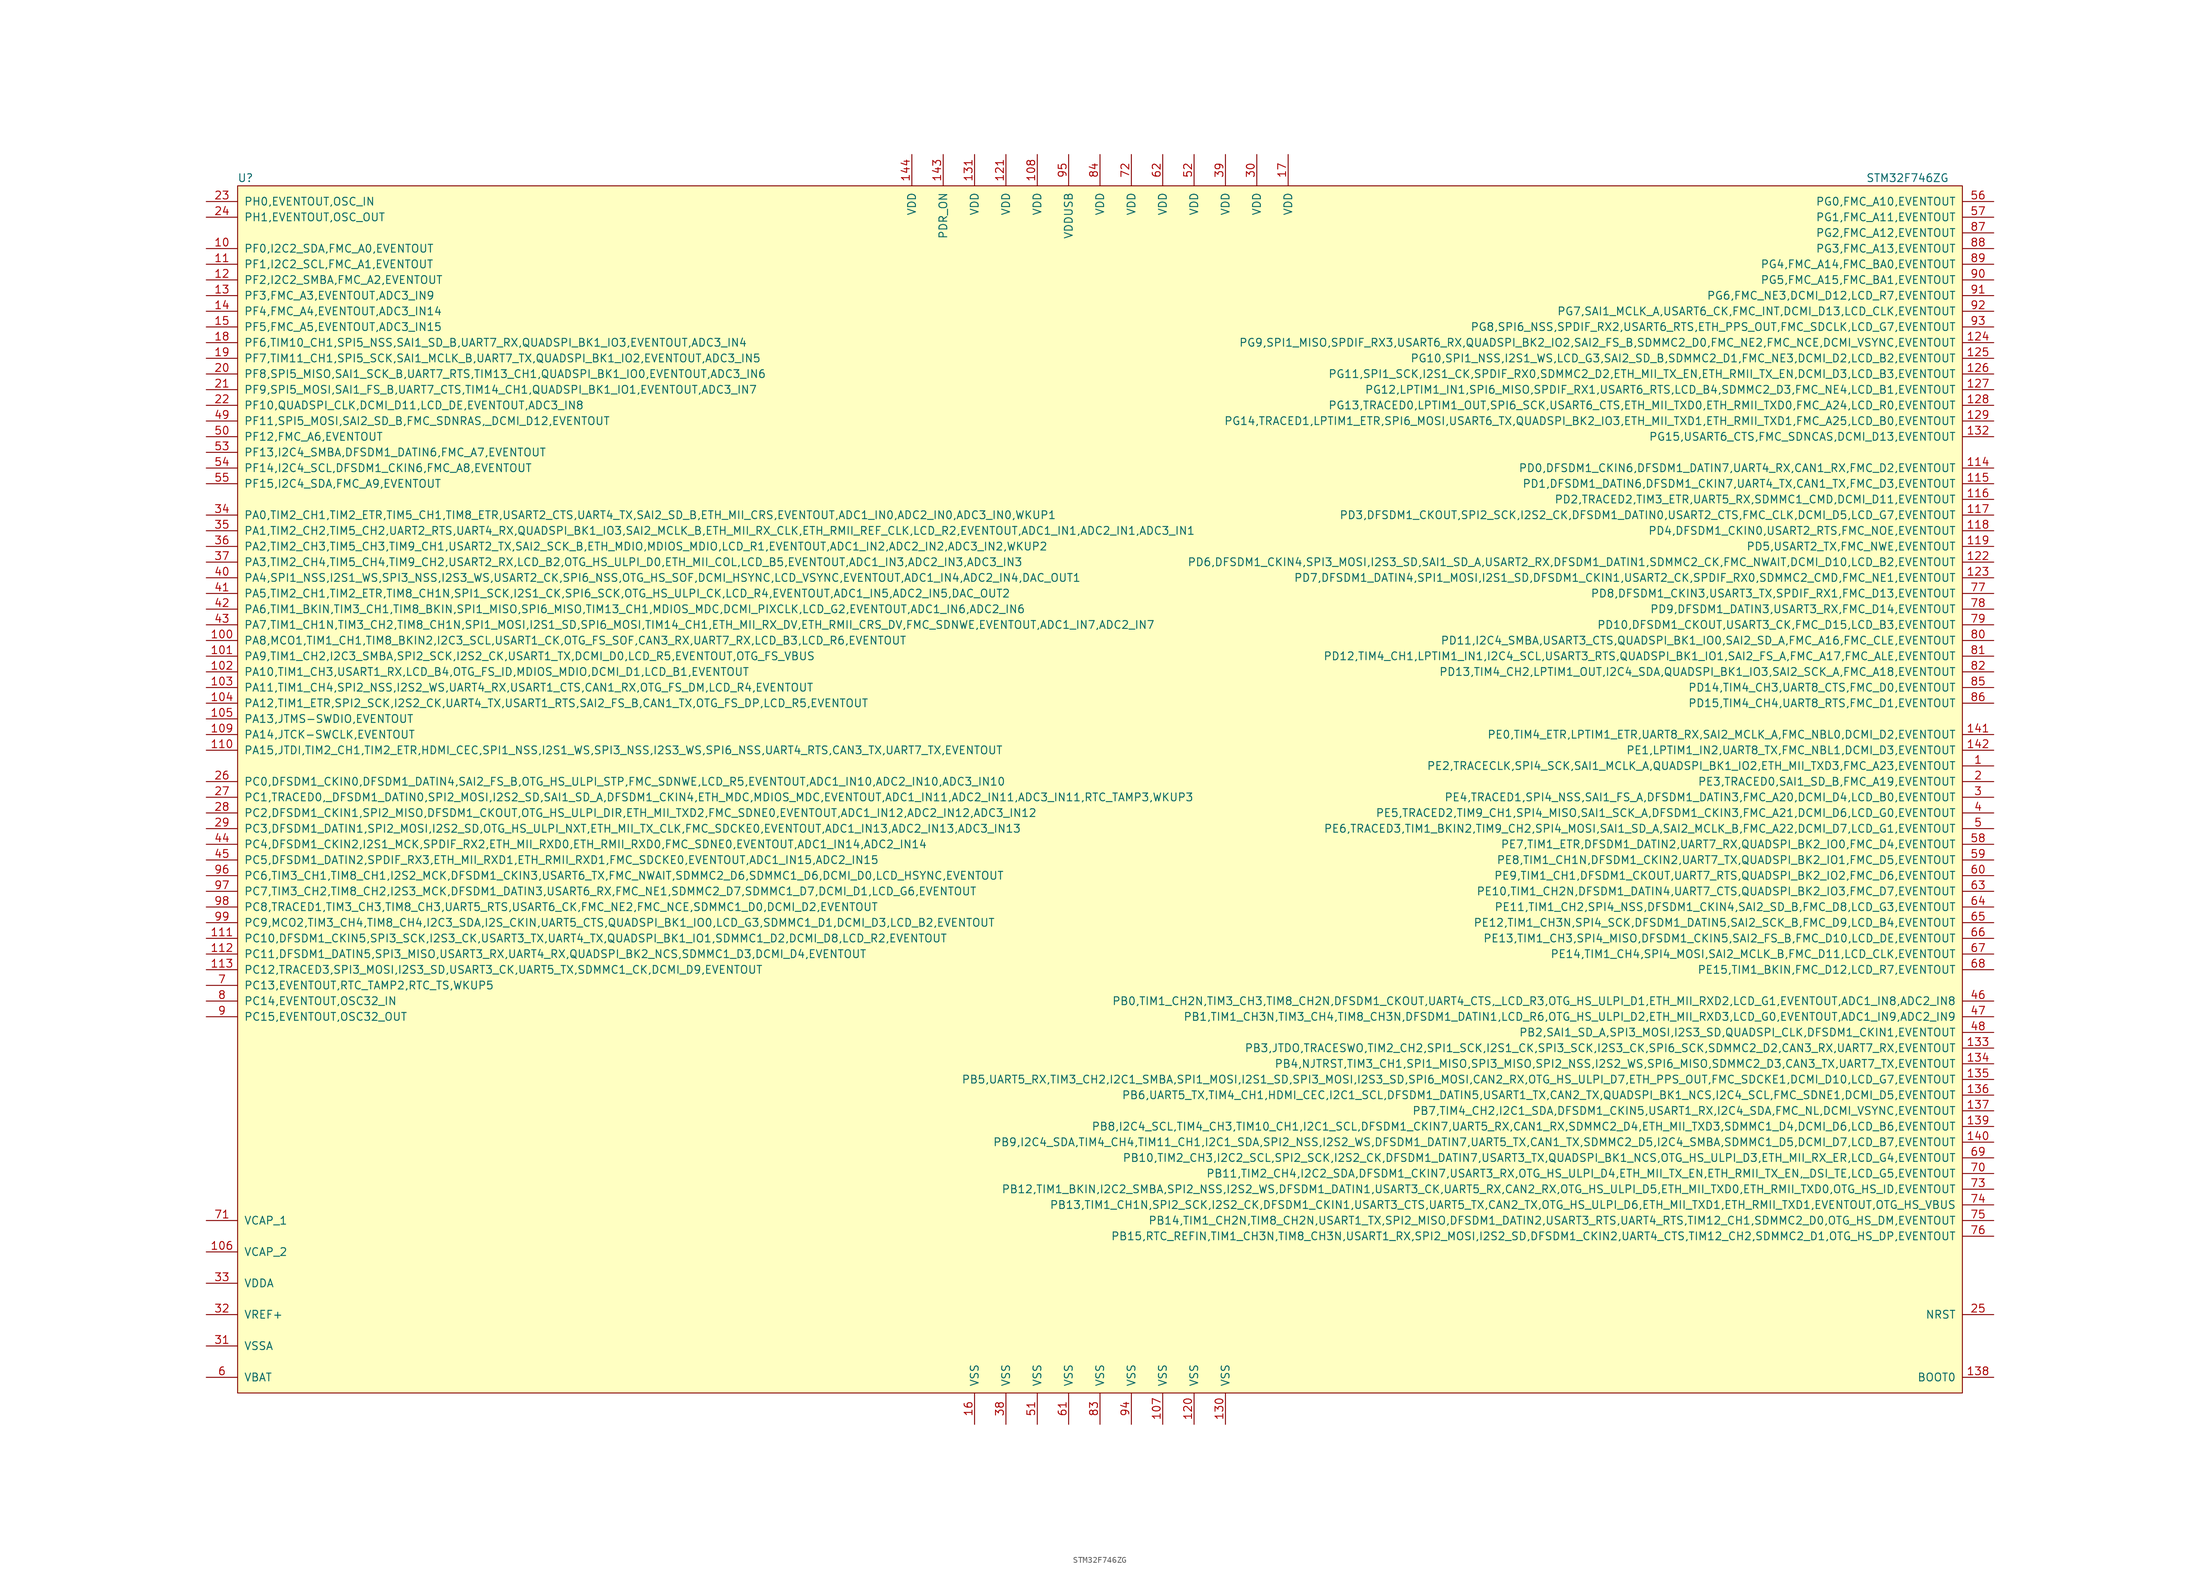
<source format=kicad_sym>
(kicad_symbol_lib
  (version 20220914)
  (generator kicad_symbol_editor)
  (symbol "STM32F746ZG"
    (pin_names
      (offset 1.016))
    (property "Reference" "U"
      (at -138.43 99.06 0)
      (effects (font (size 1.27 1.27))))
    (property "Value" "STM32F746ZG"
      (at 130.81 99.06 0)
      (effects (font (size 1.27 1.27))))
    (symbol "STM32F746ZG_0_0"
      (pin bidirectional line (at 144.78 3.81 180) (length 5.08) (name "PE2,TRACECLK,SPI4_SCK,SAI1_MCLK_A,QUADSPI_BK1_IO2,ETH_MII_TXD3,FMC_A23,EVENTOUT" (effects (font (size 1.27 1.27)))) (number "1" (effects (font (size 1.27 1.27)))))
      (pin bidirectional line (at -144.78 87.63 0) (length 5.08) (name "PF0,I2C2_SDA,FMC_A0,EVENTOUT" (effects (font (size 1.27 1.27)))) (number "10" (effects (font (size 1.27 1.27)))))
      (pin bidirectional line (at -144.78 24.13 0) (length 5.08) (name "PA8,MCO1,TIM1_CH1,TIM8_BKIN2,I2C3_SCL,USART1_CK,OTG_FS_SOF,CAN3_RX,UART7_RX,LCD_B3,LCD_R6,EVENTOUT" (effects (font (size 1.27 1.27)))) (number "100" (effects (font (size 1.27 1.27)))))
      (pin bidirectional line (at -144.78 21.59 0) (length 5.08) (name "PA9,TIM1_CH2,I2C3_SMBA,SPI2_SCK,I2S2_CK,USART1_TX,DCMI_D0,LCD_R5,EVENTOUT,OTG_FS_VBUS" (effects (font (size 1.27 1.27)))) (number "101" (effects (font (size 1.27 1.27)))))
      (pin bidirectional line (at -144.78 19.05 0) (length 5.08) (name "PA10,TIM1_CH3,USART1_RX,LCD_B4,OTG_FS_ID,MDIOS_MDIO,DCMI_D1,LCD_B1,EVENTOUT" (effects (font (size 1.27 1.27)))) (number "102" (effects (font (size 1.27 1.27)))))
      (pin bidirectional line (at -144.78 16.51 0) (length 5.08) (name "PA11,TIM1_CH4,SPI2_NSS,I2S2_WS,UART4_RX,USART1_CTS,CAN1_RX,OTG_FS_DM,LCD_R4,EVENTOUT" (effects (font (size 1.27 1.27)))) (number "103" (effects (font (size 1.27 1.27)))))
      (pin bidirectional line (at -144.78 13.97 0) (length 5.08) (name "PA12,TIM1_ETR,SPI2_SCK,I2S2_CK,UART4_TX,USART1_RTS,SAI2_FS_B,CAN1_TX,OTG_FS_DP,LCD_R5,EVENTOUT" (effects (font (size 1.27 1.27)))) (number "104" (effects (font (size 1.27 1.27)))))
      (pin bidirectional line (at -144.78 11.43 0) (length 5.08) (name "PA13,JTMS-SWDIO,EVENTOUT" (effects (font (size 1.27 1.27)))) (number "105" (effects (font (size 1.27 1.27)))))
      (pin passive line (at -144.78 -74.93 0) (length 5.08) (name "VCAP_2" (effects (font (size 1.27 1.27)))) (number "106" (effects (font (size 1.27 1.27)))))
      (pin passive line (at 10.16 -102.87 90) (length 5.08) (name "VSS" (effects (font (size 1.27 1.27)))) (number "107" (effects (font (size 1.27 1.27)))))
      (pin power_in line (at -10.16 102.87 270) (length 5.08) (name "VDD" (effects (font (size 1.27 1.27)))) (number "108" (effects (font (size 1.27 1.27)))))
      (pin bidirectional line (at -144.78 8.89 0) (length 5.08) (name "PA14,JTCK-SWCLK,EVENTOUT" (effects (font (size 1.27 1.27)))) (number "109" (effects (font (size 1.27 1.27)))))
      (pin bidirectional line (at -144.78 85.09 0) (length 5.08) (name "PF1,I2C2_SCL,FMC_A1,EVENTOUT" (effects (font (size 1.27 1.27)))) (number "11" (effects (font (size 1.27 1.27)))))
      (pin bidirectional line (at -144.78 6.35 0) (length 5.08) (name "PA15,JTDI,TIM2_CH1,TIM2_ETR,HDMI_CEC,SPI1_NSS,I2S1_WS,SPI3_NSS,I2S3_WS,SPI6_NSS,UART4_RTS,CAN3_TX,UART7_TX,EVENTOUT" (effects (font (size 1.27 1.27)))) (number "110" (effects (font (size 1.27 1.27)))))
      (pin bidirectional line (at -144.78 -24.13 0) (length 5.08) (name "PC10,DFSDM1_CKIN5,SPI3_SCK,I2S3_CK,USART3_TX,UART4_TX,QUADSPI_BK1_IO1,SDMMC1_D2,DCMI_D8,LCD_R2,EVENTOUT" (effects (font (size 1.27 1.27)))) (number "111" (effects (font (size 1.27 1.27)))))
      (pin bidirectional line (at -144.78 -26.67 0) (length 5.08) (name "PC11,DFSDM1_DATIN5,SPI3_MISO,USART3_RX,UART4_RX,QUADSPI_BK2_NCS,SDMMC1_D3,DCMI_D4,EVENTOUT" (effects (font (size 1.27 1.27)))) (number "112" (effects (font (size 1.27 1.27)))))
      (pin bidirectional line (at -144.78 -29.21 0) (length 5.08) (name "PC12,TRACED3,SPI3_MOSI,I2S3_SD,USART3_CK,UART5_TX,SDMMC1_CK,DCMI_D9,EVENTOUT" (effects (font (size 1.27 1.27)))) (number "113" (effects (font (size 1.27 1.27)))))
      (pin bidirectional line (at 144.78 52.07 180) (length 5.08) (name "PD0,DFSDM1_CKIN6,DFSDM1_DATIN7,UART4_RX,CAN1_RX,FMC_D2,EVENTOUT" (effects (font (size 1.27 1.27)))) (number "114" (effects (font (size 1.27 1.27)))))
      (pin bidirectional line (at 144.78 49.53 180) (length 5.08) (name "PD1,DFSDM1_DATIN6,DFSDM1_CKIN7,UART4_TX,CAN1_TX,FMC_D3,EVENTOUT" (effects (font (size 1.27 1.27)))) (number "115" (effects (font (size 1.27 1.27)))))
      (pin bidirectional line (at 144.78 46.99 180) (length 5.08) (name "PD2,TRACED2,TIM3_ETR,UART5_RX,SDMMC1_CMD,DCMI_D11,EVENTOUT" (effects (font (size 1.27 1.27)))) (number "116" (effects (font (size 1.27 1.27)))))
      (pin bidirectional line (at 144.78 44.45 180) (length 5.08) (name "PD3,DFSDM1_CKOUT,SPI2_SCK,I2S2_CK,DFSDM1_DATIN0,USART2_CTS,FMC_CLK,DCMI_D5,LCD_G7,EVENTOUT" (effects (font (size 1.27 1.27)))) (number "117" (effects (font (size 1.27 1.27)))))
      (pin bidirectional line (at 144.78 41.91 180) (length 5.08) (name "PD4,DFSDM1_CKIN0,USART2_RTS,FMC_NOE,EVENTOUT" (effects (font (size 1.27 1.27)))) (number "118" (effects (font (size 1.27 1.27)))))
      (pin bidirectional line (at 144.78 39.37 180) (length 5.08) (name "PD5,USART2_TX,FMC_NWE,EVENTOUT" (effects (font (size 1.27 1.27)))) (number "119" (effects (font (size 1.27 1.27)))))
      (pin bidirectional line (at -144.78 82.55 0) (length 5.08) (name "PF2,I2C2_SMBA,FMC_A2,EVENTOUT" (effects (font (size 1.27 1.27)))) (number "12" (effects (font (size 1.27 1.27)))))
      (pin passive line (at 15.24 -102.87 90) (length 5.08) (name "VSS" (effects (font (size 1.27 1.27)))) (number "120" (effects (font (size 1.27 1.27)))))
      (pin power_in line (at -15.24 102.87 270) (length 5.08) (name "VDD" (effects (font (size 1.27 1.27)))) (number "121" (effects (font (size 1.27 1.27)))))
      (pin bidirectional line (at 144.78 36.83 180) (length 5.08) (name "PD6,DFSDM1_CKIN4,SPI3_MOSI,I2S3_SD,SAI1_SD_A,USART2_RX,DFSDM1_DATIN1,SDMMC2_CK,FMC_NWAIT,DCMI_D10,LCD_B2,EVENTOUT" (effects (font (size 1.27 1.27)))) (number "122" (effects (font (size 1.27 1.27)))))
      (pin bidirectional line (at 144.78 34.29 180) (length 5.08) (name "PD7,DFSDM1_DATIN4,SPI1_MOSI,I2S1_SD,DFSDM1_CKIN1,USART2_CK,SPDIF_RX0,SDMMC2_CMD,FMC_NE1,EVENTOUT" (effects (font (size 1.27 1.27)))) (number "123" (effects (font (size 1.27 1.27)))))
      (pin bidirectional line (at 144.78 72.39 180) (length 5.08) (name "PG9,SPI1_MISO,SPDIF_RX3,USART6_RX,QUADSPI_BK2_IO2,SAI2_FS_B,SDMMC2_D0,FMC_NE2,FMC_NCE,DCMI_VSYNC,EVENTOUT" (effects (font (size 1.27 1.27)))) (number "124" (effects (font (size 1.27 1.27)))))
      (pin bidirectional line (at 144.78 69.85 180) (length 5.08) (name "PG10,SPI1_NSS,I2S1_WS,LCD_G3,SAI2_SD_B,SDMMC2_D1,FMC_NE3,DCMI_D2,LCD_B2,EVENTOUT" (effects (font (size 1.27 1.27)))) (number "125" (effects (font (size 1.27 1.27)))))
      (pin bidirectional line (at 144.78 67.31 180) (length 5.08) (name "PG11,SPI1_SCK,I2S1_CK,SPDIF_RX0,SDMMC2_D2,ETH_MII_TX_EN,ETH_RMII_TX_EN,DCMI_D3,LCD_B3,EVENTOUT" (effects (font (size 1.27 1.27)))) (number "126" (effects (font (size 1.27 1.27)))))
      (pin bidirectional line (at 144.78 64.77 180) (length 5.08) (name "PG12,LPTIM1_IN1,SPI6_MISO,SPDIF_RX1,USART6_RTS,LCD_B4,SDMMC2_D3,FMC_NE4,LCD_B1,EVENTOUT" (effects (font (size 1.27 1.27)))) (number "127" (effects (font (size 1.27 1.27)))))
      (pin bidirectional line (at 144.78 62.23 180) (length 5.08) (name "PG13,TRACED0,LPTIM1_OUT,SPI6_SCK,USART6_CTS,ETH_MII_TXD0,ETH_RMII_TXD0,FMC_A24,LCD_R0,EVENTOUT" (effects (font (size 1.27 1.27)))) (number "128" (effects (font (size 1.27 1.27)))))
      (pin bidirectional line (at 144.78 59.69 180) (length 5.08) (name "PG14,TRACED1,LPTIM1_ETR,SPI6_MOSI,USART6_TX,QUADSPI_BK2_IO3,ETH_MII_TXD1,ETH_RMII_TXD1,FMC_A25,LCD_B0,EVENTOUT" (effects (font (size 1.27 1.27)))) (number "129" (effects (font (size 1.27 1.27)))))
      (pin bidirectional line (at -144.78 80.01 0) (length 5.08) (name "PF3,FMC_A3,EVENTOUT,ADC3_IN9" (effects (font (size 1.27 1.27)))) (number "13" (effects (font (size 1.27 1.27)))))
      (pin passive line (at 20.32 -102.87 90) (length 5.08) (name "VSS" (effects (font (size 1.27 1.27)))) (number "130" (effects (font (size 1.27 1.27)))))
      (pin power_in line (at -20.32 102.87 270) (length 5.08) (name "VDD" (effects (font (size 1.27 1.27)))) (number "131" (effects (font (size 1.27 1.27)))))
      (pin bidirectional line (at 144.78 57.15 180) (length 5.08) (name "PG15,USART6_CTS,FMC_SDNCAS,DCMI_D13,EVENTOUT" (effects (font (size 1.27 1.27)))) (number "132" (effects (font (size 1.27 1.27)))))
      (pin bidirectional line (at 144.78 -41.91 180) (length 5.08) (name "PB3,JTDO,TRACESWO,TIM2_CH2,SPI1_SCK,I2S1_CK,SPI3_SCK,I2S3_CK,SPI6_SCK,SDMMC2_D2,CAN3_RX,UART7_RX,EVENTOUT" (effects (font (size 1.27 1.27)))) (number "133" (effects (font (size 1.27 1.27)))))
      (pin bidirectional line (at 144.78 -44.45 180) (length 5.08) (name "PB4,NJTRST,TIM3_CH1,SPI1_MISO,SPI3_MISO,SPI2_NSS,I2S2_WS,SPI6_MISO,SDMMC2_D3,CAN3_TX,UART7_TX,EVENTOUT" (effects (font (size 1.27 1.27)))) (number "134" (effects (font (size 1.27 1.27)))))
      (pin bidirectional line (at 144.78 -46.99 180) (length 5.08) (name "PB5,UART5_RX,TIM3_CH2,I2C1_SMBA,SPI1_MOSI,I2S1_SD,SPI3_MOSI,I2S3_SD,SPI6_MOSI,CAN2_RX,OTG_HS_ULPI_D7,ETH_PPS_OUT,FMC_SDCKE1,DCMI_D10,LCD_G7,EVENTOUT" (effects (font (size 1.27 1.27)))) (number "135" (effects (font (size 1.27 1.27)))))
      (pin bidirectional line (at 144.78 -49.53 180) (length 5.08) (name "PB6,UART5_TX,TIM4_CH1,HDMI_CEC,I2C1_SCL,DFSDM1_DATIN5,USART1_TX,CAN2_TX,QUADSPI_BK1_NCS,I2C4_SCL,FMC_SDNE1,DCMI_D5,EVENTOUT" (effects (font (size 1.27 1.27)))) (number "136" (effects (font (size 1.27 1.27)))))
      (pin bidirectional line (at 144.78 -52.07 180) (length 5.08) (name "PB7,TIM4_CH2,I2C1_SDA,DFSDM1_CKIN5,USART1_RX,I2C4_SDA,FMC_NL,DCMI_VSYNC,EVENTOUT" (effects (font (size 1.27 1.27)))) (number "137" (effects (font (size 1.27 1.27)))))
      (pin input line (at 144.78 -95.25 180) (length 5.08) (name "BOOT0" (effects (font (size 1.27 1.27)))) (number "138" (effects (font (size 1.27 1.27)))))
      (pin bidirectional line (at 144.78 -54.61 180) (length 5.08) (name "PB8,I2C4_SCL,TIM4_CH3,TIM10_CH1,I2C1_SCL,DFSDM1_CKIN7,UART5_RX,CAN1_RX,SDMMC2_D4,ETH_MII_TXD3,SDMMC1_D4,DCMI_D6,LCD_B6,EVENTOUT" (effects (font (size 1.27 1.27)))) (number "139" (effects (font (size 1.27 1.27)))))
      (pin bidirectional line (at -144.78 77.47 0) (length 5.08) (name "PF4,FMC_A4,EVENTOUT,ADC3_IN14" (effects (font (size 1.27 1.27)))) (number "14" (effects (font (size 1.27 1.27)))))
      (pin bidirectional line (at 144.78 -57.15 180) (length 5.08) (name "PB9,I2C4_SDA,TIM4_CH4,TIM11_CH1,I2C1_SDA,SPI2_NSS,I2S2_WS,DFSDM1_DATIN7,UART5_TX,CAN1_TX,SDMMC2_D5,I2C4_SMBA,SDMMC1_D5,DCMI_D7,LCD_B7,EVENTOUT" (effects (font (size 1.27 1.27)))) (number "140" (effects (font (size 1.27 1.27)))))
      (pin bidirectional line (at 144.78 8.89 180) (length 5.08) (name "PE0,TIM4_ETR,LPTIM1_ETR,UART8_RX,SAI2_MCLK_A,FMC_NBL0,DCMI_D2,EVENTOUT" (effects (font (size 1.27 1.27)))) (number "141" (effects (font (size 1.27 1.27)))))
      (pin bidirectional line (at 144.78 6.35 180) (length 5.08) (name "PE1,LPTIM1_IN2,UART8_TX,FMC_NBL1,DCMI_D3,EVENTOUT" (effects (font (size 1.27 1.27)))) (number "142" (effects (font (size 1.27 1.27)))))
      (pin passive line (at -25.4 102.87 270) (length 5.08) (name "PDR_ON" (effects (font (size 1.27 1.27)))) (number "143" (effects (font (size 1.27 1.27)))))
      (pin power_in line (at -30.48 102.87 270) (length 5.08) (name "VDD" (effects (font (size 1.27 1.27)))) (number "144" (effects (font (size 1.27 1.27)))))
      (pin bidirectional line (at -144.78 74.93 0) (length 5.08) (name "PF5,FMC_A5,EVENTOUT,ADC3_IN15" (effects (font (size 1.27 1.27)))) (number "15" (effects (font (size 1.27 1.27)))))
      (pin passive line (at -20.32 -102.87 90) (length 5.08) (name "VSS" (effects (font (size 1.27 1.27)))) (number "16" (effects (font (size 1.27 1.27)))))
      (pin power_in line (at 30.48 102.87 270) (length 5.08) (name "VDD" (effects (font (size 1.27 1.27)))) (number "17" (effects (font (size 1.27 1.27)))))
      (pin bidirectional line (at -144.78 72.39 0) (length 5.08) (name "PF6,TIM10_CH1,SPI5_NSS,SAI1_SD_B,UART7_RX,QUADSPI_BK1_IO3,EVENTOUT,ADC3_IN4" (effects (font (size 1.27 1.27)))) (number "18" (effects (font (size 1.27 1.27)))))
      (pin bidirectional line (at -144.78 69.85 0) (length 5.08) (name "PF7,TIM11_CH1,SPI5_SCK,SAI1_MCLK_B,UART7_TX,QUADSPI_BK1_IO2,EVENTOUT,ADC3_IN5" (effects (font (size 1.27 1.27)))) (number "19" (effects (font (size 1.27 1.27)))))
      (pin bidirectional line (at 144.78 1.27 180) (length 5.08) (name "PE3,TRACED0,SAI1_SD_B,FMC_A19,EVENTOUT" (effects (font (size 1.27 1.27)))) (number "2" (effects (font (size 1.27 1.27)))))
      (pin bidirectional line (at -144.78 67.31 0) (length 5.08) (name "PF8,SPI5_MISO,SAI1_SCK_B,UART7_RTS,TIM13_CH1,QUADSPI_BK1_IO0,EVENTOUT,ADC3_IN6" (effects (font (size 1.27 1.27)))) (number "20" (effects (font (size 1.27 1.27)))))
      (pin bidirectional line (at -144.78 64.77 0) (length 5.08) (name "PF9,SPI5_MOSI,SAI1_FS_B,UART7_CTS,TIM14_CH1,QUADSPI_BK1_IO1,EVENTOUT,ADC3_IN7" (effects (font (size 1.27 1.27)))) (number "21" (effects (font (size 1.27 1.27)))))
      (pin bidirectional line (at -144.78 62.23 0) (length 5.08) (name "PF10,QUADSPI_CLK,DCMI_D11,LCD_DE,EVENTOUT,ADC3_IN8" (effects (font (size 1.27 1.27)))) (number "22" (effects (font (size 1.27 1.27)))))
      (pin bidirectional line (at -144.78 95.25 0) (length 5.08) (name "PH0,EVENTOUT,OSC_IN" (effects (font (size 1.27 1.27)))) (number "23" (effects (font (size 1.27 1.27)))))
      (pin bidirectional line (at -144.78 92.71 0) (length 5.08) (name "PH1,EVENTOUT,OSC_OUT" (effects (font (size 1.27 1.27)))) (number "24" (effects (font (size 1.27 1.27)))))
      (pin input line (at 144.78 -85.09 180) (length 5.08) (name "NRST" (effects (font (size 1.27 1.27)))) (number "25" (effects (font (size 1.27 1.27)))))
      (pin bidirectional line (at -144.78 1.27 0) (length 5.08) (name "PC0,DFSDM1_CKIN0,DFSDM1_DATIN4,SAI2_FS_B,OTG_HS_ULPI_STP,FMC_SDNWE,LCD_R5,EVENTOUT,ADC1_IN10,ADC2_IN10,ADC3_IN10" (effects (font (size 1.27 1.27)))) (number "26" (effects (font (size 1.27 1.27)))))
      (pin bidirectional line (at -144.78 -1.27 0) (length 5.08) (name "PC1,TRACED0,_DFSDM1_DATIN0,SPI2_MOSI,I2S2_SD,SAI1_SD_A,DFSDM1_CKIN4,ETH_MDC,MDIOS_MDC,EVENTOUT,ADC1_IN11,ADC2_IN11,ADC3_IN11,RTC_TAMP3,WKUP3" (effects (font (size 1.27 1.27)))) (number "27" (effects (font (size 1.27 1.27)))))
      (pin bidirectional line (at -144.78 -3.81 0) (length 5.08) (name "PC2,DFSDM1_CKIN1,SPI2_MISO,DFSDM1_CKOUT,OTG_HS_ULPI_DIR,ETH_MII_TXD2,FMC_SDNE0,EVENTOUT,ADC1_IN12,ADC2_IN12,ADC3_IN12" (effects (font (size 1.27 1.27)))) (number "28" (effects (font (size 1.27 1.27)))))
      (pin bidirectional line (at -144.78 -6.35 0) (length 5.08) (name "PC3,DFSDM1_DATIN1,SPI2_MOSI,I2S2_SD,OTG_HS_ULPI_NXT,ETH_MII_TX_CLK,FMC_SDCKE0,EVENTOUT,ADC1_IN13,ADC2_IN13,ADC3_IN13" (effects (font (size 1.27 1.27)))) (number "29" (effects (font (size 1.27 1.27)))))
      (pin bidirectional line (at 144.78 -1.27 180) (length 5.08) (name "PE4,TRACED1,SPI4_NSS,SAI1_FS_A,DFSDM1_DATIN3,FMC_A20,DCMI_D4,LCD_B0,EVENTOUT" (effects (font (size 1.27 1.27)))) (number "3" (effects (font (size 1.27 1.27)))))
      (pin power_in line (at 25.4 102.87 270) (length 5.08) (name "VDD" (effects (font (size 1.27 1.27)))) (number "30" (effects (font (size 1.27 1.27)))))
      (pin passive line (at -144.78 -90.17 0) (length 5.08) (name "VSSA" (effects (font (size 1.27 1.27)))) (number "31" (effects (font (size 1.27 1.27)))))
      (pin passive line (at -144.78 -85.09 0) (length 5.08) (name "VREF+" (effects (font (size 1.27 1.27)))) (number "32" (effects (font (size 1.27 1.27)))))
      (pin passive line (at -144.78 -80.01 0) (length 5.08) (name "VDDA" (effects (font (size 1.27 1.27)))) (number "33" (effects (font (size 1.27 1.27)))))
      (pin bidirectional line (at -144.78 44.45 0) (length 5.08) (name "PA0,TIM2_CH1,TIM2_ETR,TIM5_CH1,TIM8_ETR,USART2_CTS,UART4_TX,SAI2_SD_B,ETH_MII_CRS,EVENTOUT,ADC1_IN0,ADC2_IN0,ADC3_IN0,WKUP1" (effects (font (size 1.27 1.27)))) (number "34" (effects (font (size 1.27 1.27)))))
      (pin bidirectional line (at -144.78 41.91 0) (length 5.08) (name "PA1,TIM2_CH2,TIM5_CH2,UART2_RTS,UART4_RX,QUADSPI_BK1_IO3,SAI2_MCLK_B,ETH_MII_RX_CLK,ETH_RMII_REF_CLK,LCD_R2,EVENTOUT,ADC1_IN1,ADC2_IN1,ADC3_IN1" (effects (font (size 1.27 1.27)))) (number "35" (effects (font (size 1.27 1.27)))))
      (pin bidirectional line (at -144.78 39.37 0) (length 5.08) (name "PA2,TIM2_CH3,TIM5_CH3,TIM9_CH1,USART2_TX,SAI2_SCK_B,ETH_MDIO,MDIOS_MDIO,LCD_R1,EVENTOUT,ADC1_IN2,ADC2_IN2,ADC3_IN2,WKUP2" (effects (font (size 1.27 1.27)))) (number "36" (effects (font (size 1.27 1.27)))))
      (pin bidirectional line (at -144.78 36.83 0) (length 5.08) (name "PA3,TIM2_CH4,TIM5_CH4,TIM9_CH2,USART2_RX,LCD_B2,OTG_HS_ULPI_D0,ETH_MII_COL,LCD_B5,EVENTOUT,ADC1_IN3,ADC2_IN3,ADC3_IN3" (effects (font (size 1.27 1.27)))) (number "37" (effects (font (size 1.27 1.27)))))
      (pin passive line (at -15.24 -102.87 90) (length 5.08) (name "VSS" (effects (font (size 1.27 1.27)))) (number "38" (effects (font (size 1.27 1.27)))))
      (pin power_in line (at 20.32 102.87 270) (length 5.08) (name "VDD" (effects (font (size 1.27 1.27)))) (number "39" (effects (font (size 1.27 1.27)))))
      (pin bidirectional line (at 144.78 -3.81 180) (length 5.08) (name "PE5,TRACED2,TIM9_CH1,SPI4_MISO,SAI1_SCK_A,DFSDM1_CKIN3,FMC_A21,DCMI_D6,LCD_G0,EVENTOUT" (effects (font (size 1.27 1.27)))) (number "4" (effects (font (size 1.27 1.27)))))
      (pin bidirectional line (at -144.78 34.29 0) (length 5.08) (name "PA4,SPI1_NSS,I2S1_WS,SPI3_NSS,I2S3_WS,USART2_CK,SPI6_NSS,OTG_HS_SOF,DCMI_HSYNC,LCD_VSYNC,EVENTOUT,ADC1_IN4,ADC2_IN4,DAC_OUT1" (effects (font (size 1.27 1.27)))) (number "40" (effects (font (size 1.27 1.27)))))
      (pin bidirectional line (at -144.78 31.75 0) (length 5.08) (name "PA5,TIM2_CH1,TIM2_ETR,TIM8_CH1N,SPI1_SCK,I2S1_CK,SPI6_SCK,OTG_HS_ULPI_CK,LCD_R4,EVENTOUT,ADC1_IN5,ADC2_IN5,DAC_OUT2" (effects (font (size 1.27 1.27)))) (number "41" (effects (font (size 1.27 1.27)))))
      (pin bidirectional line (at -144.78 29.21 0) (length 5.08) (name "PA6,TIM1_BKIN,TIM3_CH1,TIM8_BKIN,SPI1_MISO,SPI6_MISO,TIM13_CH1,MDIOS_MDC,DCMI_PIXCLK,LCD_G2,EVENTOUT,ADC1_IN6,ADC2_IN6" (effects (font (size 1.27 1.27)))) (number "42" (effects (font (size 1.27 1.27)))))
      (pin bidirectional line (at -144.78 26.67 0) (length 5.08) (name "PA7,TIM1_CH1N,TIM3_CH2,TIM8_CH1N,SPI1_MOSI,I2S1_SD,SPI6_MOSI,TIM14_CH1,ETH_MII_RX_DV,ETH_RMII_CRS_DV,FMC_SDNWE,EVENTOUT,ADC1_IN7,ADC2_IN7" (effects (font (size 1.27 1.27)))) (number "43" (effects (font (size 1.27 1.27)))))
      (pin bidirectional line (at -144.78 -8.89 0) (length 5.08) (name "PC4,DFSDM1_CKIN2,I2S1_MCK,SPDIF_RX2,ETH_MII_RXD0,ETH_RMII_RXD0,FMC_SDNE0,EVENTOUT,ADC1_IN14,ADC2_IN14" (effects (font (size 1.27 1.27)))) (number "44" (effects (font (size 1.27 1.27)))))
      (pin bidirectional line (at -144.78 -11.43 0) (length 5.08) (name "PC5,DFSDM1_DATIN2,SPDIF_RX3,ETH_MII_RXD1,ETH_RMII_RXD1,FMC_SDCKE0,EVENTOUT,ADC1_IN15,ADC2_IN15" (effects (font (size 1.27 1.27)))) (number "45" (effects (font (size 1.27 1.27)))))
      (pin bidirectional line (at 144.78 -34.29 180) (length 5.08) (name "PB0,TIM1_CH2N,TIM3_CH3,TIM8_CH2N,DFSDM1_CKOUT,UART4_CTS,_LCD_R3,OTG_HS_ULPI_D1,ETH_MII_RXD2,LCD_G1,EVENTOUT,ADC1_IN8,ADC2_IN8" (effects (font (size 1.27 1.27)))) (number "46" (effects (font (size 1.27 1.27)))))
      (pin bidirectional line (at 144.78 -36.83 180) (length 5.08) (name "PB1,TIM1_CH3N,TIM3_CH4,TIM8_CH3N,DFSDM1_DATIN1,LCD_R6,OTG_HS_ULPI_D2,ETH_MII_RXD3,LCD_G0,EVENTOUT,ADC1_IN9,ADC2_IN9" (effects (font (size 1.27 1.27)))) (number "47" (effects (font (size 1.27 1.27)))))
      (pin bidirectional line (at 144.78 -39.37 180) (length 5.08) (name "PB2,SAI1_SD_A,SPI3_MOSI,I2S3_SD,QUADSPI_CLK,DFSDM1_CKIN1,EVENTOUT" (effects (font (size 1.27 1.27)))) (number "48" (effects (font (size 1.27 1.27)))))
      (pin bidirectional line (at -144.78 59.69 0) (length 5.08) (name "PF11,SPI5_MOSI,SAI2_SD_B,FMC_SDNRAS,_DCMI_D12,EVENTOUT" (effects (font (size 1.27 1.27)))) (number "49" (effects (font (size 1.27 1.27)))))
      (pin bidirectional line (at 144.78 -6.35 180) (length 5.08) (name "PE6,TRACED3,TIM1_BKIN2,TIM9_CH2,SPI4_MOSI,SAI1_SD_A,SAI2_MCLK_B,FMC_A22,DCMI_D7,LCD_G1,EVENTOUT" (effects (font (size 1.27 1.27)))) (number "5" (effects (font (size 1.27 1.27)))))
      (pin bidirectional line (at -144.78 57.15 0) (length 5.08) (name "PF12,FMC_A6,EVENTOUT" (effects (font (size 1.27 1.27)))) (number "50" (effects (font (size 1.27 1.27)))))
      (pin passive line (at -10.16 -102.87 90) (length 5.08) (name "VSS" (effects (font (size 1.27 1.27)))) (number "51" (effects (font (size 1.27 1.27)))))
      (pin power_in line (at 15.24 102.87 270) (length 5.08) (name "VDD" (effects (font (size 1.27 1.27)))) (number "52" (effects (font (size 1.27 1.27)))))
      (pin bidirectional line (at -144.78 54.61 0) (length 5.08) (name "PF13,I2C4_SMBA,DFSDM1_DATIN6,FMC_A7,EVENTOUT" (effects (font (size 1.27 1.27)))) (number "53" (effects (font (size 1.27 1.27)))))
      (pin bidirectional line (at -144.78 52.07 0) (length 5.08) (name "PF14,I2C4_SCL,DFSDM1_CKIN6,FMC_A8,EVENTOUT" (effects (font (size 1.27 1.27)))) (number "54" (effects (font (size 1.27 1.27)))))
      (pin bidirectional line (at -144.78 49.53 0) (length 5.08) (name "PF15,I2C4_SDA,FMC_A9,EVENTOUT" (effects (font (size 1.27 1.27)))) (number "55" (effects (font (size 1.27 1.27)))))
      (pin bidirectional line (at 144.78 95.25 180) (length 5.08) (name "PG0,FMC_A10,EVENTOUT" (effects (font (size 1.27 1.27)))) (number "56" (effects (font (size 1.27 1.27)))))
      (pin bidirectional line (at 144.78 92.71 180) (length 5.08) (name "PG1,FMC_A11,EVENTOUT" (effects (font (size 1.27 1.27)))) (number "57" (effects (font (size 1.27 1.27)))))
      (pin bidirectional line (at 144.78 -8.89 180) (length 5.08) (name "PE7,TIM1_ETR,DFSDM1_DATIN2,UART7_RX,QUADSPI_BK2_IO0,FMC_D4,EVENTOUT" (effects (font (size 1.27 1.27)))) (number "58" (effects (font (size 1.27 1.27)))))
      (pin bidirectional line (at 144.78 -11.43 180) (length 5.08) (name "PE8,TIM1_CH1N,DFSDM1_CKIN2,UART7_TX,QUADSPI_BK2_IO1,FMC_D5,EVENTOUT" (effects (font (size 1.27 1.27)))) (number "59" (effects (font (size 1.27 1.27)))))
      (pin passive line (at -144.78 -95.25 0) (length 5.08) (name "VBAT" (effects (font (size 1.27 1.27)))) (number "6" (effects (font (size 1.27 1.27)))))
      (pin bidirectional line (at 144.78 -13.97 180) (length 5.08) (name "PE9,TIM1_CH1,DFSDM1_CKOUT,UART7_RTS,QUADSPI_BK2_IO2,FMC_D6,EVENTOUT" (effects (font (size 1.27 1.27)))) (number "60" (effects (font (size 1.27 1.27)))))
      (pin passive line (at -5.08 -102.87 90) (length 5.08) (name "VSS" (effects (font (size 1.27 1.27)))) (number "61" (effects (font (size 1.27 1.27)))))
      (pin power_in line (at 10.16 102.87 270) (length 5.08) (name "VDD" (effects (font (size 1.27 1.27)))) (number "62" (effects (font (size 1.27 1.27)))))
      (pin bidirectional line (at 144.78 -16.51 180) (length 5.08) (name "PE10,TIM1_CH2N,DFSDM1_DATIN4,UART7_CTS,QUADSPI_BK2_IO3,FMC_D7,EVENTOUT" (effects (font (size 1.27 1.27)))) (number "63" (effects (font (size 1.27 1.27)))))
      (pin bidirectional line (at 144.78 -19.05 180) (length 5.08) (name "PE11,TIM1_CH2,SPI4_NSS,DFSDM1_CKIN4,SAI2_SD_B,FMC_D8,LCD_G3,EVENTOUT" (effects (font (size 1.27 1.27)))) (number "64" (effects (font (size 1.27 1.27)))))
      (pin bidirectional line (at 144.78 -21.59 180) (length 5.08) (name "PE12,TIM1_CH3N,SPI4_SCK,DFSDM1_DATIN5,SAI2_SCK_B,FMC_D9,LCD_B4,EVENTOUT" (effects (font (size 1.27 1.27)))) (number "65" (effects (font (size 1.27 1.27)))))
      (pin bidirectional line (at 144.78 -24.13 180) (length 5.08) (name "PE13,TIM1_CH3,SPI4_MISO,DFSDM1_CKIN5,SAI2_FS_B,FMC_D10,LCD_DE,EVENTOUT" (effects (font (size 1.27 1.27)))) (number "66" (effects (font (size 1.27 1.27)))))
      (pin bidirectional line (at 144.78 -26.67 180) (length 5.08) (name "PE14,TIM1_CH4,SPI4_MOSI,SAI2_MCLK_B,FMC_D11,LCD_CLK,EVENTOUT" (effects (font (size 1.27 1.27)))) (number "67" (effects (font (size 1.27 1.27)))))
      (pin bidirectional line (at 144.78 -29.21 180) (length 5.08) (name "PE15,TIM1_BKIN,FMC_D12,LCD_R7,EVENTOUT" (effects (font (size 1.27 1.27)))) (number "68" (effects (font (size 1.27 1.27)))))
      (pin bidirectional line (at 144.78 -59.69 180) (length 5.08) (name "PB10,TIM2_CH3,I2C2_SCL,SPI2_SCK,I2S2_CK,DFSDM1_DATIN7,USART3_TX,QUADSPI_BK1_NCS,OTG_HS_ULPI_D3,ETH_MII_RX_ER,LCD_G4,EVENTOUT" (effects (font (size 1.27 1.27)))) (number "69" (effects (font (size 1.27 1.27)))))
      (pin bidirectional line (at -144.78 -31.75 0) (length 5.08) (name "PC13,EVENTOUT,RTC_TAMP2,RTC_TS,WKUP5" (effects (font (size 1.27 1.27)))) (number "7" (effects (font (size 1.27 1.27)))))
      (pin bidirectional line (at 144.78 -62.23 180) (length 5.08) (name "PB11,TIM2_CH4,I2C2_SDA,DFSDM1_CKIN7,USART3_RX,OTG_HS_ULPI_D4,ETH_MII_TX_EN,ETH_RMII_TX_EN,_DSI_TE,LCD_G5,EVENTOUT" (effects (font (size 1.27 1.27)))) (number "70" (effects (font (size 1.27 1.27)))))
      (pin passive line (at -144.78 -69.85 0) (length 5.08) (name "VCAP_1" (effects (font (size 1.27 1.27)))) (number "71" (effects (font (size 1.27 1.27)))))
      (pin power_in line (at 5.08 102.87 270) (length 5.08) (name "VDD" (effects (font (size 1.27 1.27)))) (number "72" (effects (font (size 1.27 1.27)))))
      (pin bidirectional line (at 144.78 -64.77 180) (length 5.08) (name "PB12,TIM1_BKIN,I2C2_SMBA,SPI2_NSS,I2S2_WS,DFSDM1_DATIN1,USART3_CK,UART5_RX,CAN2_RX,OTG_HS_ULPI_D5,ETH_MII_TXD0,ETH_RMII_TXD0,OTG_HS_ID,EVENTOUT" (effects (font (size 1.27 1.27)))) (number "73" (effects (font (size 1.27 1.27)))))
      (pin bidirectional line (at 144.78 -67.31 180) (length 5.08) (name "PB13,TIM1_CH1N,SPI2_SCK,I2S2_CK,DFSDM1_CKIN1,USART3_CTS,UART5_TX,CAN2_TX,OTG_HS_ULPI_D6,ETH_MII_TXD1,ETH_RMII_TXD1,EVENTOUT,OTG_HS_VBUS" (effects (font (size 1.27 1.27)))) (number "74" (effects (font (size 1.27 1.27)))))
      (pin bidirectional line (at 144.78 -69.85 180) (length 5.08) (name "PB14,TIM1_CH2N,TIM8_CH2N,USART1_TX,SPI2_MISO,DFSDM1_DATIN2,USART3_RTS,UART4_RTS,TIM12_CH1,SDMMC2_D0,OTG_HS_DM,EVENTOUT" (effects (font (size 1.27 1.27)))) (number "75" (effects (font (size 1.27 1.27)))))
      (pin bidirectional line (at 144.78 -72.39 180) (length 5.08) (name "PB15,RTC_REFIN,TIM1_CH3N,TIM8_CH3N,USART1_RX,SPI2_MOSI,I2S2_SD,DFSDM1_CKIN2,UART4_CTS,TIM12_CH2,SDMMC2_D1,OTG_HS_DP,EVENTOUT" (effects (font (size 1.27 1.27)))) (number "76" (effects (font (size 1.27 1.27)))))
      (pin bidirectional line (at 144.78 31.75 180) (length 5.08) (name "PD8,DFSDM1_CKIN3,USART3_TX,SPDIF_RX1,FMC_D13,EVENTOUT" (effects (font (size 1.27 1.27)))) (number "77" (effects (font (size 1.27 1.27)))))
      (pin bidirectional line (at 144.78 29.21 180) (length 5.08) (name "PD9,DFSDM1_DATIN3,USART3_RX,FMC_D14,EVENTOUT" (effects (font (size 1.27 1.27)))) (number "78" (effects (font (size 1.27 1.27)))))
      (pin bidirectional line (at 144.78 26.67 180) (length 5.08) (name "PD10,DFSDM1_CKOUT,USART3_CK,FMC_D15,LCD_B3,EVENTOUT" (effects (font (size 1.27 1.27)))) (number "79" (effects (font (size 1.27 1.27)))))
      (pin bidirectional line (at -144.78 -34.29 0) (length 5.08) (name "PC14,EVENTOUT,OSC32_IN" (effects (font (size 1.27 1.27)))) (number "8" (effects (font (size 1.27 1.27)))))
      (pin bidirectional line (at 144.78 24.13 180) (length 5.08) (name "PD11,I2C4_SMBA,USART3_CTS,QUADSPI_BK1_IO0,SAI2_SD_A,FMC_A16,FMC_CLE,EVENTOUT" (effects (font (size 1.27 1.27)))) (number "80" (effects (font (size 1.27 1.27)))))
      (pin bidirectional line (at 144.78 21.59 180) (length 5.08) (name "PD12,TIM4_CH1,LPTIM1_IN1,I2C4_SCL,USART3_RTS,QUADSPI_BK1_IO1,SAI2_FS_A,FMC_A17,FMC_ALE,EVENTOUT" (effects (font (size 1.27 1.27)))) (number "81" (effects (font (size 1.27 1.27)))))
      (pin bidirectional line (at 144.78 19.05 180) (length 5.08) (name "PD13,TIM4_CH2,LPTIM1_OUT,I2C4_SDA,QUADSPI_BK1_IO3,SAI2_SCK_A,FMC_A18,EVENTOUT" (effects (font (size 1.27 1.27)))) (number "82" (effects (font (size 1.27 1.27)))))
      (pin passive line (at 0 -102.87 90) (length 5.08) (name "VSS" (effects (font (size 1.27 1.27)))) (number "83" (effects (font (size 1.27 1.27)))))
      (pin power_in line (at 0 102.87 270) (length 5.08) (name "VDD" (effects (font (size 1.27 1.27)))) (number "84" (effects (font (size 1.27 1.27)))))
      (pin bidirectional line (at 144.78 16.51 180) (length 5.08) (name "PD14,TIM4_CH3,UART8_CTS,FMC_D0,EVENTOUT" (effects (font (size 1.27 1.27)))) (number "85" (effects (font (size 1.27 1.27)))))
      (pin bidirectional line (at 144.78 13.97 180) (length 5.08) (name "PD15,TIM4_CH4,UART8_RTS,FMC_D1,EVENTOUT" (effects (font (size 1.27 1.27)))) (number "86" (effects (font (size 1.27 1.27)))))
      (pin bidirectional line (at 144.78 90.17 180) (length 5.08) (name "PG2,FMC_A12,EVENTOUT" (effects (font (size 1.27 1.27)))) (number "87" (effects (font (size 1.27 1.27)))))
      (pin bidirectional line (at 144.78 87.63 180) (length 5.08) (name "PG3,FMC_A13,EVENTOUT" (effects (font (size 1.27 1.27)))) (number "88" (effects (font (size 1.27 1.27)))))
      (pin bidirectional line (at 144.78 85.09 180) (length 5.08) (name "PG4,FMC_A14,FMC_BA0,EVENTOUT" (effects (font (size 1.27 1.27)))) (number "89" (effects (font (size 1.27 1.27)))))
      (pin bidirectional line (at -144.78 -36.83 0) (length 5.08) (name "PC15,EVENTOUT,OSC32_OUT" (effects (font (size 1.27 1.27)))) (number "9" (effects (font (size 1.27 1.27)))))
      (pin bidirectional line (at 144.78 82.55 180) (length 5.08) (name "PG5,FMC_A15,FMC_BA1,EVENTOUT" (effects (font (size 1.27 1.27)))) (number "90" (effects (font (size 1.27 1.27)))))
      (pin bidirectional line (at 144.78 80.01 180) (length 5.08) (name "PG6,FMC_NE3,DCMI_D12,LCD_R7,EVENTOUT" (effects (font (size 1.27 1.27)))) (number "91" (effects (font (size 1.27 1.27)))))
      (pin bidirectional line (at 144.78 77.47 180) (length 5.08) (name "PG7,SAI1_MCLK_A,USART6_CK,FMC_INT,DCMI_D13,LCD_CLK,EVENTOUT" (effects (font (size 1.27 1.27)))) (number "92" (effects (font (size 1.27 1.27)))))
      (pin bidirectional line (at 144.78 74.93 180) (length 5.08) (name "PG8,SPI6_NSS,SPDIF_RX2,USART6_RTS,ETH_PPS_OUT,FMC_SDCLK,LCD_G7,EVENTOUT" (effects (font (size 1.27 1.27)))) (number "93" (effects (font (size 1.27 1.27)))))
      (pin passive line (at 5.08 -102.87 90) (length 5.08) (name "VSS" (effects (font (size 1.27 1.27)))) (number "94" (effects (font (size 1.27 1.27)))))
      (pin power_in line (at -5.08 102.87 270) (length 5.08) (name "VDDUSB" (effects (font (size 1.27 1.27)))) (number "95" (effects (font (size 1.27 1.27)))))
      (pin bidirectional line (at -144.78 -13.97 0) (length 5.08) (name "PC6,TIM3_CH1,TIM8_CH1,I2S2_MCK,DFSDM1_CKIN3,USART6_TX,FMC_NWAIT,SDMMC2_D6,SDMMC1_D6,DCMI_D0,LCD_HSYNC,EVENTOUT" (effects (font (size 1.27 1.27)))) (number "96" (effects (font (size 1.27 1.27)))))
      (pin bidirectional line (at -144.78 -16.51 0) (length 5.08) (name "PC7,TIM3_CH2,TIM8_CH2,I2S3_MCK,DFSDM1_DATIN3,USART6_RX,FMC_NE1,SDMMC2_D7,SDMMC1_D7,DCMI_D1,LCD_G6,EVENTOUT" (effects (font (size 1.27 1.27)))) (number "97" (effects (font (size 1.27 1.27)))))
      (pin bidirectional line (at -144.78 -19.05 0) (length 5.08) (name "PC8,TRACED1,TIM3_CH3,TIM8_CH3,UART5_RTS,USART6_CK,FMC_NE2,FMC_NCE,SDMMC1_D0,DCMI_D2,EVENTOUT" (effects (font (size 1.27 1.27)))) (number "98" (effects (font (size 1.27 1.27)))))
      (pin bidirectional line (at -144.78 -21.59 0) (length 5.08) (name "PC9,MCO2,TIM3_CH4,TIM8_CH4,I2C3_SDA,I2S_CKIN,UART5_CTS,QUADSPI_BK1_IO0,LCD_G3,SDMMC1_D1,DCMI_D3,LCD_B2,EVENTOUT" (effects (font (size 1.27 1.27)))) (number "99" (effects (font (size 1.27 1.27))))))
    (symbol "STM32F746ZG_0_1"
      (rectangle (start -139.7 97.79) (end 139.7 -97.79) (stroke (width 0) (type default)) (fill (type background))))))
</source>
